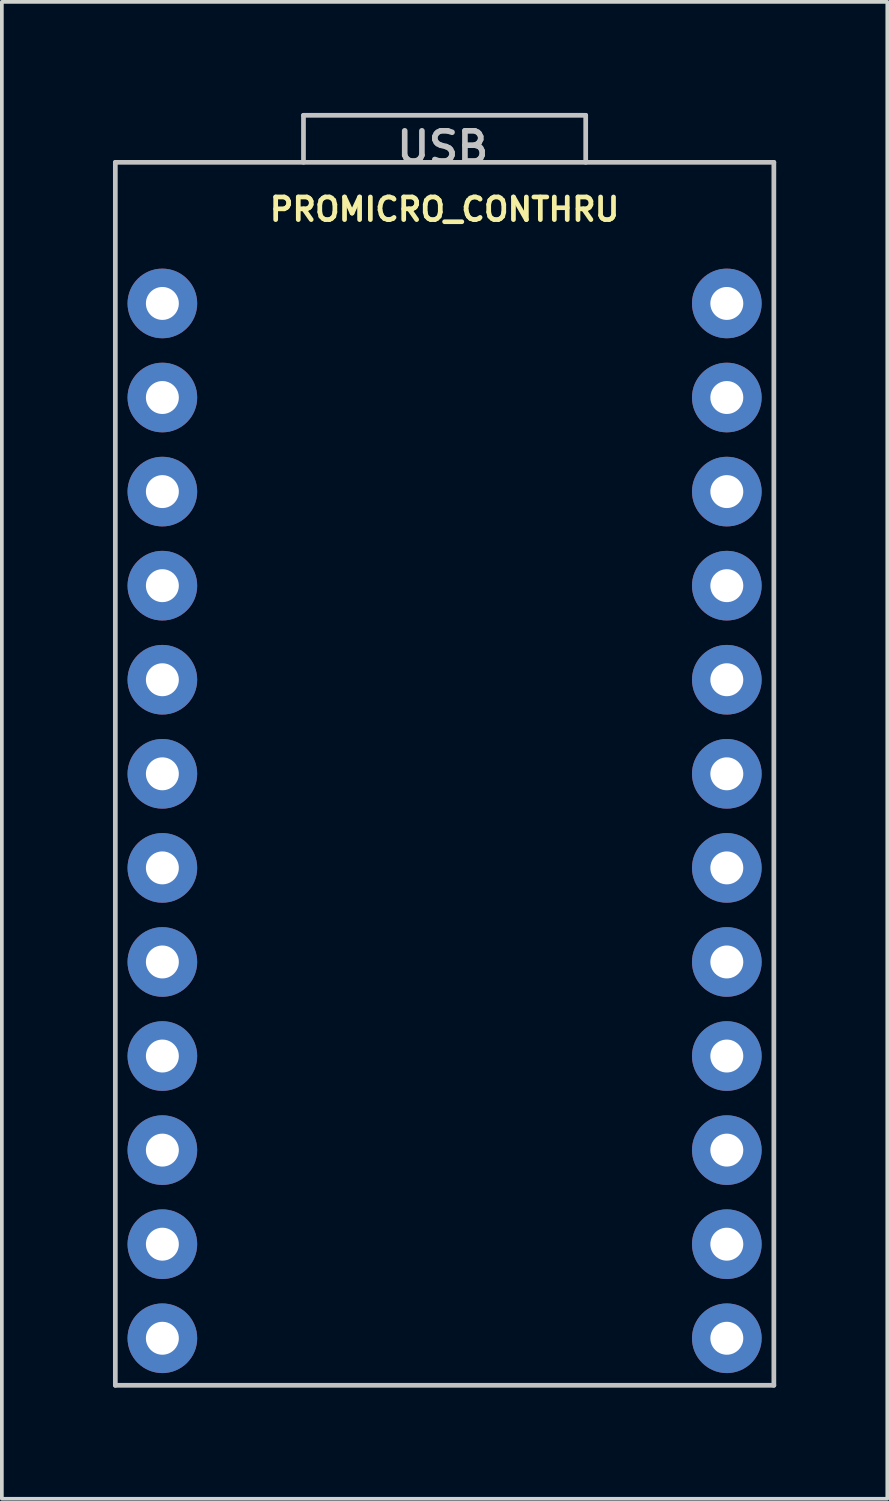
<source format=kicad_pcb>
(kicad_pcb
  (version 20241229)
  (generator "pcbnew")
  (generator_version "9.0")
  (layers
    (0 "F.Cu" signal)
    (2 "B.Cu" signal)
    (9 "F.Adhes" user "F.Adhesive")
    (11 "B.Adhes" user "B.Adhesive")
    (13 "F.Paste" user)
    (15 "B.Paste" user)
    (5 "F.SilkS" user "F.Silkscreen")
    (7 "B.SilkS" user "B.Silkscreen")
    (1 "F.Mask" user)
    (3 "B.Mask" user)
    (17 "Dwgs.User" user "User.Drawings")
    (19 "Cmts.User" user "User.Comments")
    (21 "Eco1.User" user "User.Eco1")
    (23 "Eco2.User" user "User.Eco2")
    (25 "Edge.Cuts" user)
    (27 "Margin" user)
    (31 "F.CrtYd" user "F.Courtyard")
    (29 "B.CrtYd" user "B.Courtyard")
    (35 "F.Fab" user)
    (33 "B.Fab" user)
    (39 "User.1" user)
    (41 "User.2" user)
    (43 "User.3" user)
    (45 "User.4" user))
  (footprint "PROMICRO_CONTHRU"
    (layer "F.Cu")
    (at 8.954 17.843)
    (property "Reference" "PROMICRO_CONTHRU" (at 0 -15.24 0) (layer "F.SilkS") (effects (font (size 0.61 0.61) (thickness 0.127))))
    (attr exclude_from_pos_files exclude_from_bom)
    (fp_line (start -8.89 -16.51) (end -8.89 16.51) (stroke (width 0.127) (type solid)) (layer "Dwgs.User"))
    (fp_line (start -8.89 16.51) (end 8.89 16.51) (stroke (width 0.127) (type solid)) (layer "Dwgs.User"))
    (fp_line (start -3.81 -17.78) (end 3.81 -17.78) (stroke (width 0.127) (type solid)) (layer "Dwgs.User"))
    (fp_line (start -3.81 -16.51) (end -3.81 -17.78) (stroke (width 0.127) (type solid)) (layer "Dwgs.User"))
    (fp_line (start 3.81 -17.78) (end 3.81 -16.51) (stroke (width 0.127) (type solid)) (layer "Dwgs.User"))
    (fp_line (start 8.89 -16.51) (end -8.89 -16.51) (stroke (width 0.127) (type solid)) (layer "Dwgs.User"))
    (fp_line (start 8.89 16.51) (end 8.89 -16.51) (stroke (width 0.127) (type solid)) (layer "Dwgs.User"))
    (fp_text user "USB" (at -0.051 -16.916 0) (layer "Dwgs.User") (effects (font (size 0.813 0.813) (thickness 0.152))))
    (pad "1" thru_hole circle (at -7.62 -12.7) (size 1.88 1.88) (drill 0.889) (layers "*.Cu" "*.Mask"))
    (pad "2" thru_hole circle (at -7.62 -10.16) (size 1.88 1.88) (drill 0.889) (layers "*.Cu" "*.Mask"))
    (pad "3" thru_hole circle (at -7.62 -7.62) (size 1.88 1.88) (drill 0.889) (layers "*.Cu" "*.Mask"))
    (pad "4" thru_hole circle (at -7.62 -5.08) (size 1.88 1.88) (drill 0.889) (layers "*.Cu" "*.Mask"))
    (pad "5" thru_hole circle (at -7.62 -2.54) (size 1.88 1.88) (drill 0.889) (layers "*.Cu" "*.Mask"))
    (pad "6" thru_hole circle (at -7.62 0) (size 1.88 1.88) (drill 0.889) (layers "*.Cu" "*.Mask"))
    (pad "7" thru_hole circle (at -7.62 2.54) (size 1.88 1.88) (drill 0.889) (layers "*.Cu" "*.Mask"))
    (pad "8" thru_hole circle (at -7.62 5.08) (size 1.88 1.88) (drill 0.889) (layers "*.Cu" "*.Mask"))
    (pad "9" thru_hole circle (at -7.62 7.62) (size 1.88 1.88) (drill 0.889) (layers "*.Cu" "*.Mask"))
    (pad "10" thru_hole circle (at -7.62 10.16) (size 1.88 1.88) (drill 0.889) (layers "*.Cu" "*.Mask"))
    (pad "11" thru_hole circle (at -7.62 12.7) (size 1.88 1.88) (drill 0.889) (layers "*.Cu" "*.Mask"))
    (pad "12" thru_hole circle (at -7.62 15.24) (size 1.88 1.88) (drill 0.889) (layers "*.Cu" "*.Mask"))
    (pad "13" thru_hole circle (at 7.62 15.24) (size 1.88 1.88) (drill 0.889) (layers "*.Cu" "*.Mask"))
    (pad "14" thru_hole circle (at 7.62 12.7) (size 1.88 1.88) (drill 0.889) (layers "*.Cu" "*.Mask"))
    (pad "15" thru_hole circle (at 7.62 10.16) (size 1.88 1.88) (drill 0.889) (layers "*.Cu" "*.Mask"))
    (pad "16" thru_hole circle (at 7.62 7.62) (size 1.88 1.88) (drill 0.889) (layers "*.Cu" "*.Mask"))
    (pad "17" thru_hole circle (at 7.62 5.08) (size 1.88 1.88) (drill 0.889) (layers "*.Cu" "*.Mask"))
    (pad "18" thru_hole circle (at 7.62 2.54) (size 1.88 1.88) (drill 0.889) (layers "*.Cu" "*.Mask"))
    (pad "19" thru_hole circle (at 7.62 0) (size 1.88 1.88) (drill 0.889) (layers "*.Cu" "*.Mask"))
    (pad "20" thru_hole circle (at 7.62 -2.54) (size 1.88 1.88) (drill 0.889) (layers "*.Cu" "*.Mask"))
    (pad "21" thru_hole circle (at 7.62 -5.08) (size 1.88 1.88) (drill 0.889) (layers "*.Cu" "*.Mask"))
    (pad "22" thru_hole circle (at 7.62 -7.62) (size 1.88 1.88) (drill 0.889) (layers "*.Cu" "*.Mask"))
    (pad "23" thru_hole circle (at 7.62 -10.16) (size 1.88 1.88) (drill 0.889) (layers "*.Cu" "*.Mask"))
    (pad "24" thru_hole circle (at 7.62 -12.7) (size 1.88 1.88) (drill 0.889) (layers "*.Cu" "*.Mask")))
  (gr_rect
    (start -3 -3)
    (end 20.907 37.417)
    (stroke (width 0.1) (type default))
    (fill no)
    (layer "Edge.Cuts")))
</source>
